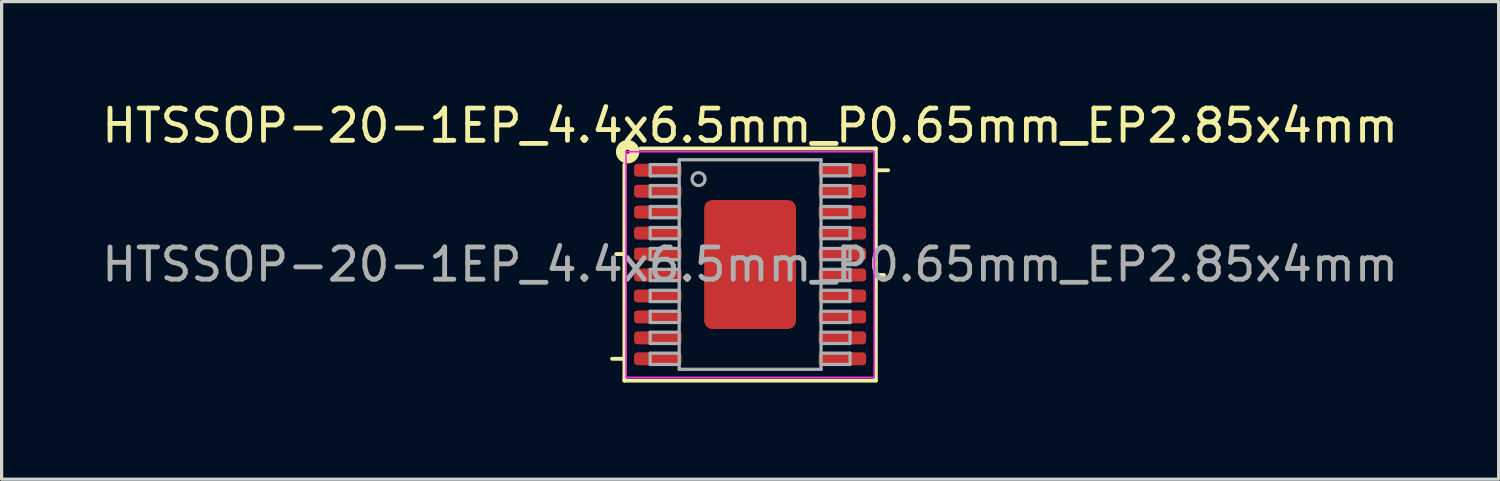
<source format=kicad_pcb>
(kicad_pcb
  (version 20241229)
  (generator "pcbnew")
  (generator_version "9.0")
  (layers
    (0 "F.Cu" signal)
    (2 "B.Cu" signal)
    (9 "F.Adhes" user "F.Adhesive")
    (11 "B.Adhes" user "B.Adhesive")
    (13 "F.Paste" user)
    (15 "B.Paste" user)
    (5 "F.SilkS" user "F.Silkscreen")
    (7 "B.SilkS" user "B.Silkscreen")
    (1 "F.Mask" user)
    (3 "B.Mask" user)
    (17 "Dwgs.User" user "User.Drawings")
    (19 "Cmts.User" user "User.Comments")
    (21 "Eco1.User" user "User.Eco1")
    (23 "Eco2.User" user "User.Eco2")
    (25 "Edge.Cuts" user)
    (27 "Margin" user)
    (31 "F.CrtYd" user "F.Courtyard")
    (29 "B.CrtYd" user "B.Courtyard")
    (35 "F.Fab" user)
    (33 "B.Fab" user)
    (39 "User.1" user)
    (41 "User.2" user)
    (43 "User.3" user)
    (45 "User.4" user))
  (footprint "HTSSOP-20-1EP_4.4x6.5mm_P0.65mm_EP2.85x4mm"
    (layer "F.Cu")
    (at 20.22 5.156)
    (property "Reference" "HTSSOP-20-1EP_4.4x6.5mm_P0.65mm_EP2.85x4mm" (at 0 -4.308 0) (layer "F.SilkS") (effects (font (size 1 1) (thickness 0.15))))
    (attr smd)
    (fp_line (start -3.9 -0.325) (end -4.154 -0.325) (stroke (width 0.12) (type solid)) (layer "F.SilkS"))
    (fp_line (start -3.9 2.925) (end -4.281 2.925) (stroke (width 0.12) (type solid)) (layer "F.SilkS"))
    (fp_line (start -3.9 3.6) (end -3.9 -3.1) (stroke (width 0.12) (type solid)) (layer "F.SilkS"))
    (fp_line (start -3.4 -3.6) (end 3.9 -3.6) (stroke (width 0.12) (type solid)) (layer "F.SilkS"))
    (fp_line (start 3.9 -3.6) (end 3.9 3.6) (stroke (width 0.12) (type solid)) (layer "F.SilkS"))
    (fp_line (start 3.9 -2.925) (end 4.281 -2.925) (stroke (width 0.12) (type solid)) (layer "F.SilkS"))
    (fp_line (start 3.9 0.325) (end 4.154 0.325) (stroke (width 0.12) (type solid)) (layer "F.SilkS"))
    (fp_line (start 3.9 3.6) (end -3.9 3.6) (stroke (width 0.12) (type solid)) (layer "F.SilkS"))
    (fp_circle (center -3.8 -3.5) (end -3.736 -3.5) (stroke (width 0.3) (type solid)) (fill no) (layer "F.SilkS"))
    (fp_line (start -3.85 -3.5) (end -3.85 3.5) (stroke (width 0.05) (type solid)) (layer "F.CrtYd"))
    (fp_line (start -3.85 3.5) (end 3.85 3.5) (stroke (width 0.05) (type solid)) (layer "F.CrtYd"))
    (fp_line (start 3.85 -3.5) (end -3.85 -3.5) (stroke (width 0.05) (type solid)) (layer "F.CrtYd"))
    (fp_line (start 3.85 3.5) (end 3.85 -3.5) (stroke (width 0.05) (type solid)) (layer "F.CrtYd"))
    (fp_line (start -3.1 -3.1) (end -3.1 -2.75) (stroke (width 0.1) (type solid)) (layer "F.Fab"))
    (fp_line (start -3.1 -3.1) (end -2.2 -3.1) (stroke (width 0.1) (type solid)) (layer "F.Fab"))
    (fp_line (start -3.1 -2.75) (end -2.2 -2.75) (stroke (width 0.1) (type solid)) (layer "F.Fab"))
    (fp_line (start -3.1 -2.45) (end -3.1 -2.1) (stroke (width 0.1) (type solid)) (layer "F.Fab"))
    (fp_line (start -3.1 -2.45) (end -2.2 -2.45) (stroke (width 0.1) (type solid)) (layer "F.Fab"))
    (fp_line (start -3.1 -2.1) (end -2.2 -2.1) (stroke (width 0.1) (type solid)) (layer "F.Fab"))
    (fp_line (start -3.1 -1.8) (end -3.1 -1.45) (stroke (width 0.1) (type solid)) (layer "F.Fab"))
    (fp_line (start -3.1 -1.8) (end -2.2 -1.8) (stroke (width 0.1) (type solid)) (layer "F.Fab"))
    (fp_line (start -3.1 -1.45) (end -2.2 -1.45) (stroke (width 0.1) (type solid)) (layer "F.Fab"))
    (fp_line (start -3.1 -1.15) (end -3.1 -0.8) (stroke (width 0.1) (type solid)) (layer "F.Fab"))
    (fp_line (start -3.1 -1.15) (end -2.2 -1.15) (stroke (width 0.1) (type solid)) (layer "F.Fab"))
    (fp_line (start -3.1 -0.8) (end -2.2 -0.8) (stroke (width 0.1) (type solid)) (layer "F.Fab"))
    (fp_line (start -3.1 -0.5) (end -3.1 -0.15) (stroke (width 0.1) (type solid)) (layer "F.Fab"))
    (fp_line (start -3.1 -0.5) (end -2.2 -0.5) (stroke (width 0.1) (type solid)) (layer "F.Fab"))
    (fp_line (start -3.1 -0.15) (end -2.2 -0.15) (stroke (width 0.1) (type solid)) (layer "F.Fab"))
    (fp_line (start -3.1 0.15) (end -3.1 0.5) (stroke (width 0.1) (type solid)) (layer "F.Fab"))
    (fp_line (start -3.1 0.15) (end -2.2 0.15) (stroke (width 0.1) (type solid)) (layer "F.Fab"))
    (fp_line (start -3.1 0.5) (end -2.2 0.5) (stroke (width 0.1) (type solid)) (layer "F.Fab"))
    (fp_line (start -3.1 0.8) (end -3.1 1.15) (stroke (width 0.1) (type solid)) (layer "F.Fab"))
    (fp_line (start -3.1 0.8) (end -2.2 0.8) (stroke (width 0.1) (type solid)) (layer "F.Fab"))
    (fp_line (start -3.1 1.15) (end -2.2 1.15) (stroke (width 0.1) (type solid)) (layer "F.Fab"))
    (fp_line (start -3.1 1.45) (end -3.1 1.8) (stroke (width 0.1) (type solid)) (layer "F.Fab"))
    (fp_line (start -3.1 1.45) (end -2.2 1.45) (stroke (width 0.1) (type solid)) (layer "F.Fab"))
    (fp_line (start -3.1 1.8) (end -2.2 1.8) (stroke (width 0.1) (type solid)) (layer "F.Fab"))
    (fp_line (start -3.1 2.1) (end -3.1 2.45) (stroke (width 0.1) (type solid)) (layer "F.Fab"))
    (fp_line (start -3.1 2.1) (end -2.2 2.1) (stroke (width 0.1) (type solid)) (layer "F.Fab"))
    (fp_line (start -3.1 2.45) (end -2.2 2.45) (stroke (width 0.1) (type solid)) (layer "F.Fab"))
    (fp_line (start -3.1 2.75) (end -3.1 3.1) (stroke (width 0.1) (type solid)) (layer "F.Fab"))
    (fp_line (start -3.1 2.75) (end -2.2 2.75) (stroke (width 0.1) (type solid)) (layer "F.Fab"))
    (fp_line (start -3.1 3.1) (end -2.2 3.1) (stroke (width 0.1) (type solid)) (layer "F.Fab"))
    (fp_line (start -2.2 -3.25) (end 2.2 -3.25) (stroke (width 0.1) (type solid)) (layer "F.Fab"))
    (fp_line (start -2.2 3.25) (end -2.2 -3.25) (stroke (width 0.1) (type solid)) (layer "F.Fab"))
    (fp_line (start 2.2 -3.25) (end 2.2 3.25) (stroke (width 0.1) (type solid)) (layer "F.Fab"))
    (fp_line (start 2.2 3.25) (end -2.2 3.25) (stroke (width 0.1) (type solid)) (layer "F.Fab"))
    (fp_line (start 3.1 -3.1) (end 2.2 -3.1) (stroke (width 0.1) (type solid)) (layer "F.Fab"))
    (fp_line (start 3.1 -2.75) (end 2.2 -2.75) (stroke (width 0.1) (type solid)) (layer "F.Fab"))
    (fp_line (start 3.1 -2.75) (end 3.1 -3.1) (stroke (width 0.1) (type solid)) (layer "F.Fab"))
    (fp_line (start 3.1 -2.45) (end 2.2 -2.45) (stroke (width 0.1) (type solid)) (layer "F.Fab"))
    (fp_line (start 3.1 -2.1) (end 2.2 -2.1) (stroke (width 0.1) (type solid)) (layer "F.Fab"))
    (fp_line (start 3.1 -2.1) (end 3.1 -2.45) (stroke (width 0.1) (type solid)) (layer "F.Fab"))
    (fp_line (start 3.1 -1.8) (end 2.2 -1.8) (stroke (width 0.1) (type solid)) (layer "F.Fab"))
    (fp_line (start 3.1 -1.45) (end 2.2 -1.45) (stroke (width 0.1) (type solid)) (layer "F.Fab"))
    (fp_line (start 3.1 -1.45) (end 3.1 -1.8) (stroke (width 0.1) (type solid)) (layer "F.Fab"))
    (fp_line (start 3.1 -1.15) (end 2.2 -1.15) (stroke (width 0.1) (type solid)) (layer "F.Fab"))
    (fp_line (start 3.1 -0.8) (end 2.2 -0.8) (stroke (width 0.1) (type solid)) (layer "F.Fab"))
    (fp_line (start 3.1 -0.8) (end 3.1 -1.15) (stroke (width 0.1) (type solid)) (layer "F.Fab"))
    (fp_line (start 3.1 -0.5) (end 2.2 -0.5) (stroke (width 0.1) (type solid)) (layer "F.Fab"))
    (fp_line (start 3.1 -0.15) (end 2.2 -0.15) (stroke (width 0.1) (type solid)) (layer "F.Fab"))
    (fp_line (start 3.1 -0.15) (end 3.1 -0.5) (stroke (width 0.1) (type solid)) (layer "F.Fab"))
    (fp_line (start 3.1 0.15) (end 2.2 0.15) (stroke (width 0.1) (type solid)) (layer "F.Fab"))
    (fp_line (start 3.1 0.5) (end 2.2 0.5) (stroke (width 0.1) (type solid)) (layer "F.Fab"))
    (fp_line (start 3.1 0.5) (end 3.1 0.15) (stroke (width 0.1) (type solid)) (layer "F.Fab"))
    (fp_line (start 3.1 0.8) (end 2.2 0.8) (stroke (width 0.1) (type solid)) (layer "F.Fab"))
    (fp_line (start 3.1 1.15) (end 2.2 1.15) (stroke (width 0.1) (type solid)) (layer "F.Fab"))
    (fp_line (start 3.1 1.15) (end 3.1 0.8) (stroke (width 0.1) (type solid)) (layer "F.Fab"))
    (fp_line (start 3.1 1.45) (end 2.2 1.45) (stroke (width 0.1) (type solid)) (layer "F.Fab"))
    (fp_line (start 3.1 1.8) (end 2.2 1.8) (stroke (width 0.1) (type solid)) (layer "F.Fab"))
    (fp_line (start 3.1 1.8) (end 3.1 1.45) (stroke (width 0.1) (type solid)) (layer "F.Fab"))
    (fp_line (start 3.1 2.1) (end 2.2 2.1) (stroke (width 0.1) (type solid)) (layer "F.Fab"))
    (fp_line (start 3.1 2.45) (end 2.2 2.45) (stroke (width 0.1) (type solid)) (layer "F.Fab"))
    (fp_line (start 3.1 2.45) (end 3.1 2.1) (stroke (width 0.1) (type solid)) (layer "F.Fab"))
    (fp_line (start 3.1 2.75) (end 2.2 2.75) (stroke (width 0.1) (type solid)) (layer "F.Fab"))
    (fp_line (start 3.1 3.1) (end 2.2 3.1) (stroke (width 0.1) (type solid)) (layer "F.Fab"))
    (fp_line (start 3.1 3.1) (end 3.1 2.75) (stroke (width 0.1) (type solid)) (layer "F.Fab"))
    (fp_circle (center -1.6 -2.65) (end -1.4 -2.65) (stroke (width 0.1) (type solid)) (fill no) (layer "F.Fab"))
    (fp_text user "${REFERENCE}" (at 0 0 0) (layer "F.Fab") (effects (font (size 1 1) (thickness 0.15))))
    (pad "" smd roundrect (at 0 -1) (size 2.3 1.61) (layers "F.Paste") (roundrect_rratio 0.155))
    (pad "" smd roundrect (at 0 1) (size 2.3 1.61) (layers "F.Paste") (roundrect_rratio 0.155))
    (pad "1" smd roundrect (at -2.862 -2.925) (size 1.475 0.4) (layers "F.Cu" "F.Mask" "F.Paste") (roundrect_rratio 0.25))
    (pad "2" smd roundrect (at -2.862 -2.275) (size 1.475 0.4) (layers "F.Cu" "F.Mask" "F.Paste") (roundrect_rratio 0.25))
    (pad "3" smd roundrect (at -2.862 -1.625) (size 1.475 0.4) (layers "F.Cu" "F.Mask" "F.Paste") (roundrect_rratio 0.25))
    (pad "4" smd roundrect (at -2.862 -0.975) (size 1.475 0.4) (layers "F.Cu" "F.Mask" "F.Paste") (roundrect_rratio 0.25))
    (pad "5" smd roundrect (at -2.862 -0.325) (size 1.475 0.4) (layers "F.Cu" "F.Mask" "F.Paste") (roundrect_rratio 0.25))
    (pad "6" smd roundrect (at -2.862 0.325) (size 1.475 0.4) (layers "F.Cu" "F.Mask" "F.Paste") (roundrect_rratio 0.25))
    (pad "7" smd roundrect (at -2.862 0.975) (size 1.475 0.4) (layers "F.Cu" "F.Mask" "F.Paste") (roundrect_rratio 0.25))
    (pad "8" smd roundrect (at -2.862 1.625) (size 1.475 0.4) (layers "F.Cu" "F.Mask" "F.Paste") (roundrect_rratio 0.25))
    (pad "9" smd roundrect (at -2.862 2.275) (size 1.475 0.4) (layers "F.Cu" "F.Mask" "F.Paste") (roundrect_rratio 0.25))
    (pad "10" smd roundrect (at -2.862 2.925) (size 1.475 0.4) (layers "F.Cu" "F.Mask" "F.Paste") (roundrect_rratio 0.25))
    (pad "11" smd roundrect (at 2.862 2.925) (size 1.475 0.4) (layers "F.Cu" "F.Mask" "F.Paste") (roundrect_rratio 0.25))
    (pad "12" smd roundrect (at 2.862 2.275) (size 1.475 0.4) (layers "F.Cu" "F.Mask" "F.Paste") (roundrect_rratio 0.25))
    (pad "13" smd roundrect (at 2.862 1.625) (size 1.475 0.4) (layers "F.Cu" "F.Mask" "F.Paste") (roundrect_rratio 0.25))
    (pad "14" smd roundrect (at 2.862 0.975) (size 1.475 0.4) (layers "F.Cu" "F.Mask" "F.Paste") (roundrect_rratio 0.25))
    (pad "15" smd roundrect (at 2.862 0.325) (size 1.475 0.4) (layers "F.Cu" "F.Mask" "F.Paste") (roundrect_rratio 0.25))
    (pad "16" smd roundrect (at 2.862 -0.325) (size 1.475 0.4) (layers "F.Cu" "F.Mask" "F.Paste") (roundrect_rratio 0.25))
    (pad "17" smd roundrect (at 2.862 -0.975) (size 1.475 0.4) (layers "F.Cu" "F.Mask" "F.Paste") (roundrect_rratio 0.25))
    (pad "18" smd roundrect (at 2.862 -1.625) (size 1.475 0.4) (layers "F.Cu" "F.Mask" "F.Paste") (roundrect_rratio 0.25))
    (pad "19" smd roundrect (at 2.862 -2.275) (size 1.475 0.4) (layers "F.Cu" "F.Mask" "F.Paste") (roundrect_rratio 0.25))
    (pad "20" smd roundrect (at 2.862 -2.925) (size 1.475 0.4) (layers "F.Cu" "F.Mask" "F.Paste") (roundrect_rratio 0.25))
    (pad "21" smd roundrect (at 0 0) (size 2.85 4) (layers "F.Cu" "F.Mask") (roundrect_rratio 0.088)))
  (gr_rect
    (start -3 -3)
    (end 43.44 11.816)
    (stroke (width 0.1) (type default))
    (fill no)
    (layer "Edge.Cuts")))
</source>
